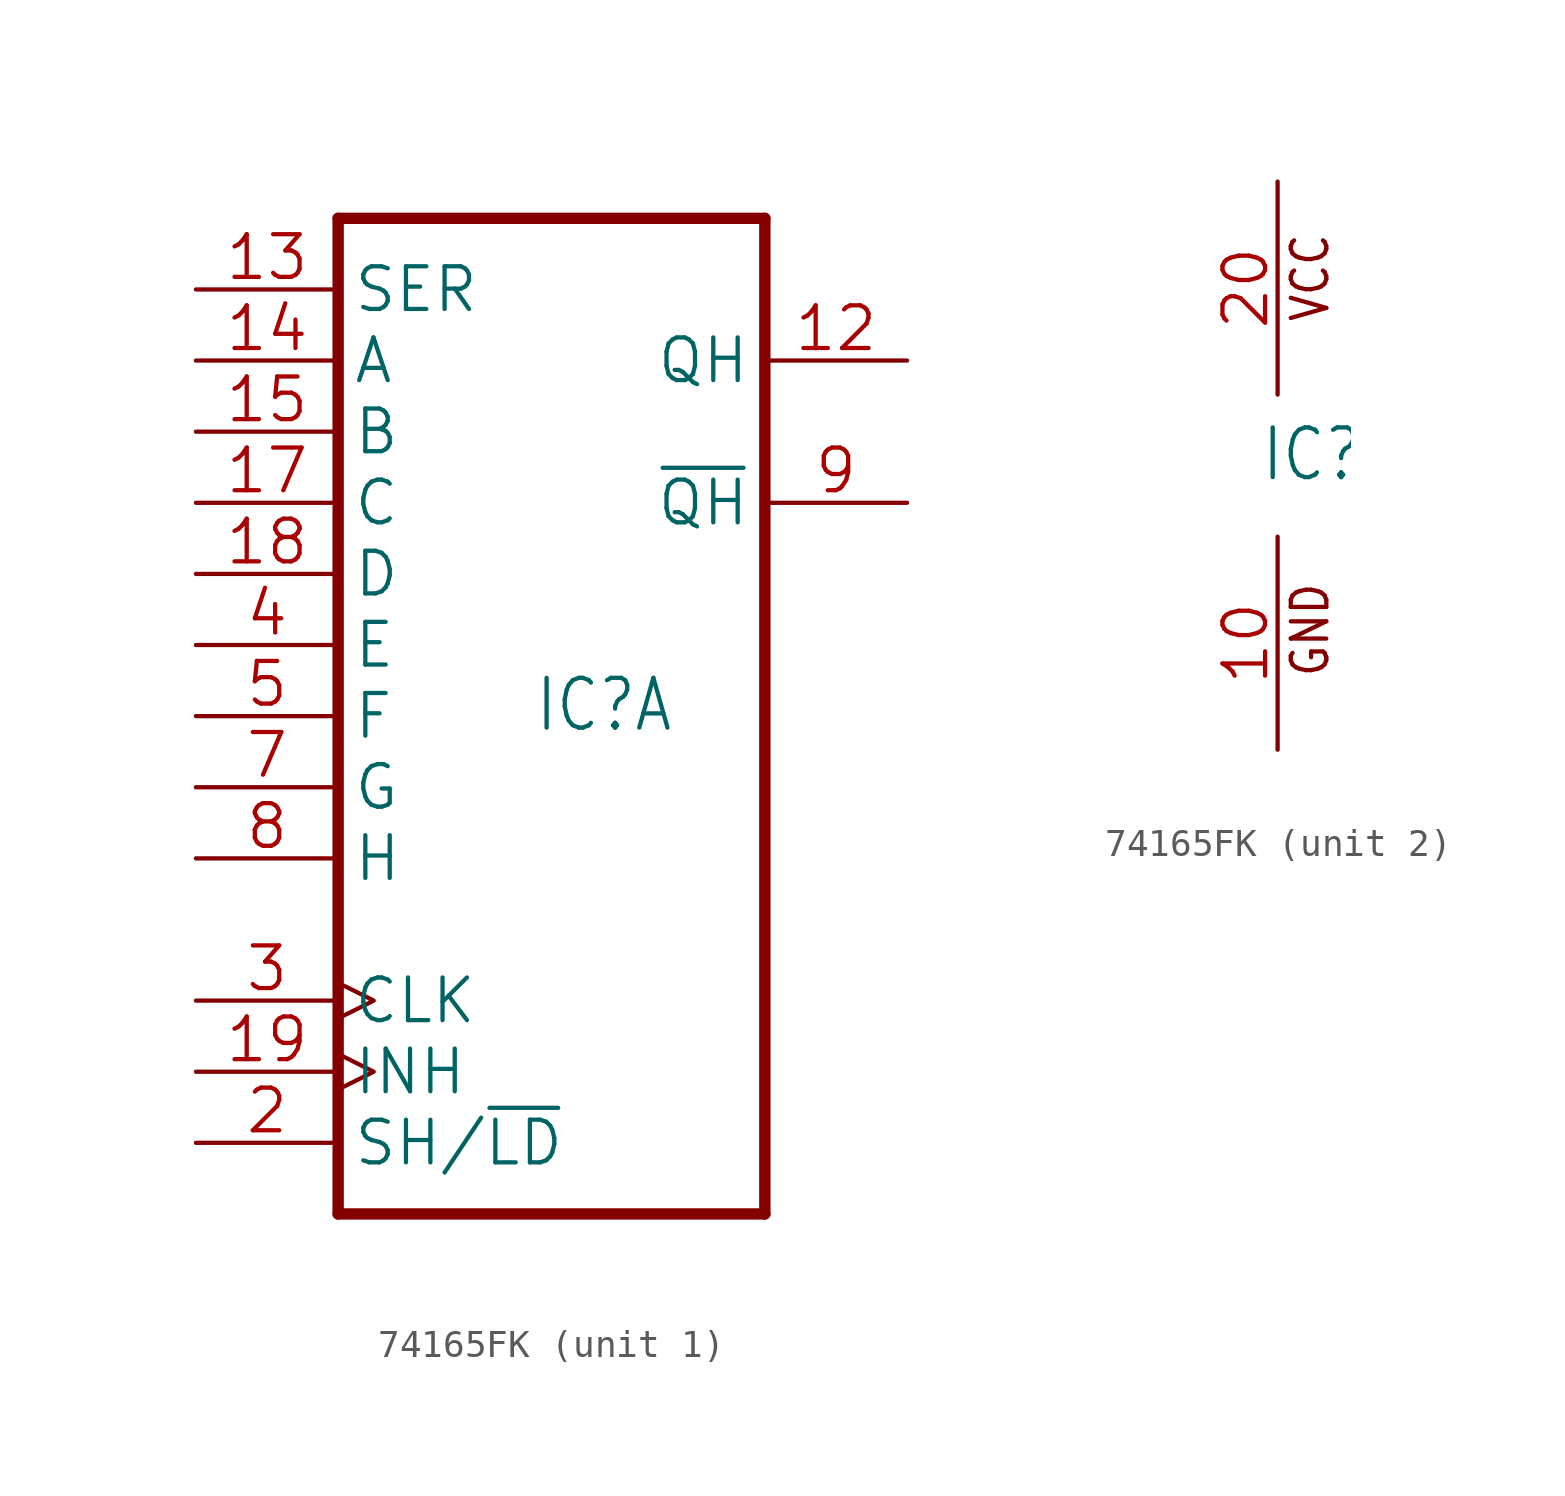
<source format=kicad_sym>
(kicad_symbol_lib
  (version 20241209)
  (generator "kicad_symbol_editor")
  (generator_version "9.0")
  (symbol "74165FK"
    (property "Reference" "IC"
      (at -0.635 -0.635 0)
      (effects (font (size 1.778 1.511)) (justify left bottom)))
    (property "ki_locked" ""
      (at 0 0 0)
      (effects (font (size 1.27 1.27))))
    (symbol "74165FK_1_0"
      (polyline (pts (xy -7.62 17.78) (xy -7.62 -17.78)) (stroke (width 0.406) (type solid)) (fill (type none)))
      (polyline (pts (xy -7.62 -17.78) (xy 7.62 -17.78)) (stroke (width 0.406) (type solid)) (fill (type none)))
      (polyline (pts (xy 7.62 17.78) (xy -7.62 17.78)) (stroke (width 0.406) (type solid)) (fill (type none)))
      (polyline (pts (xy 7.62 -17.78) (xy 7.62 17.78)) (stroke (width 0.406) (type solid)) (fill (type none)))
      (pin input line (at -12.7 15.24 0) (length 5.08) (name "SER" (effects (font (size 1.524 1.524)))) (number "13" (effects (font (size 1.524 1.524)))))
      (pin input line (at -12.7 12.7 0) (length 5.08) (name "A" (effects (font (size 1.524 1.524)))) (number "14" (effects (font (size 1.524 1.524)))))
      (pin input line (at -12.7 10.16 0) (length 5.08) (name "B" (effects (font (size 1.524 1.524)))) (number "15" (effects (font (size 1.524 1.524)))))
      (pin input line (at -12.7 7.62 0) (length 5.08) (name "C" (effects (font (size 1.524 1.524)))) (number "17" (effects (font (size 1.524 1.524)))))
      (pin input line (at -12.7 5.08 0) (length 5.08) (name "D" (effects (font (size 1.524 1.524)))) (number "18" (effects (font (size 1.524 1.524)))))
      (pin input line (at -12.7 2.54 0) (length 5.08) (name "E" (effects (font (size 1.524 1.524)))) (number "4" (effects (font (size 1.524 1.524)))))
      (pin input line (at -12.7 0 0) (length 5.08) (name "F" (effects (font (size 1.524 1.524)))) (number "5" (effects (font (size 1.524 1.524)))))
      (pin input line (at -12.7 -2.54 0) (length 5.08) (name "G" (effects (font (size 1.524 1.524)))) (number "7" (effects (font (size 1.524 1.524)))))
      (pin input line (at -12.7 -5.08 0) (length 5.08) (name "H" (effects (font (size 1.524 1.524)))) (number "8" (effects (font (size 1.524 1.524)))))
      (pin input clock (at -12.7 -10.16 0) (length 5.08) (name "CLK" (effects (font (size 1.524 1.524)))) (number "3" (effects (font (size 1.524 1.524)))))
      (pin input clock (at -12.7 -12.7 0) (length 5.08) (name "INH" (effects (font (size 1.524 1.524)))) (number "19" (effects (font (size 1.524 1.524)))))
      (pin input line (at -12.7 -15.24 0) (length 5.08) (name "SH/~{LD}" (effects (font (size 1.524 1.524)))) (number "2" (effects (font (size 1.524 1.524)))))
      (pin output line (at 12.7 12.7 180) (length 5.08) (name "QH" (effects (font (size 1.524 1.524)))) (number "12" (effects (font (size 1.524 1.524)))))
      (pin output line (at 12.7 7.62 180) (length 5.08) (name "~{QH}" (effects (font (size 1.524 1.524)))) (number "9" (effects (font (size 1.524 1.524))))))
    (symbol "74165FK_2_0"
      (text "VCC" (at 1.905 5.08 900) (effects (font (size 1.27 1.079)) (justify left bottom)))
      (text "GND" (at 1.905 -7.62 900) (effects (font (size 1.27 1.079)) (justify left bottom)))
      (pin power_in line (at 0 10.16 270) (length 7.62) (name "VCC" (effects (font (size 0 0)))) (number "20" (effects (font (size 1.524 1.524)))))
      (pin power_in line (at 0 -10.16 90) (length 7.62) (name "GND" (effects (font (size 0 0)))) (number "10" (effects (font (size 1.524 1.524))))))))
</source>
